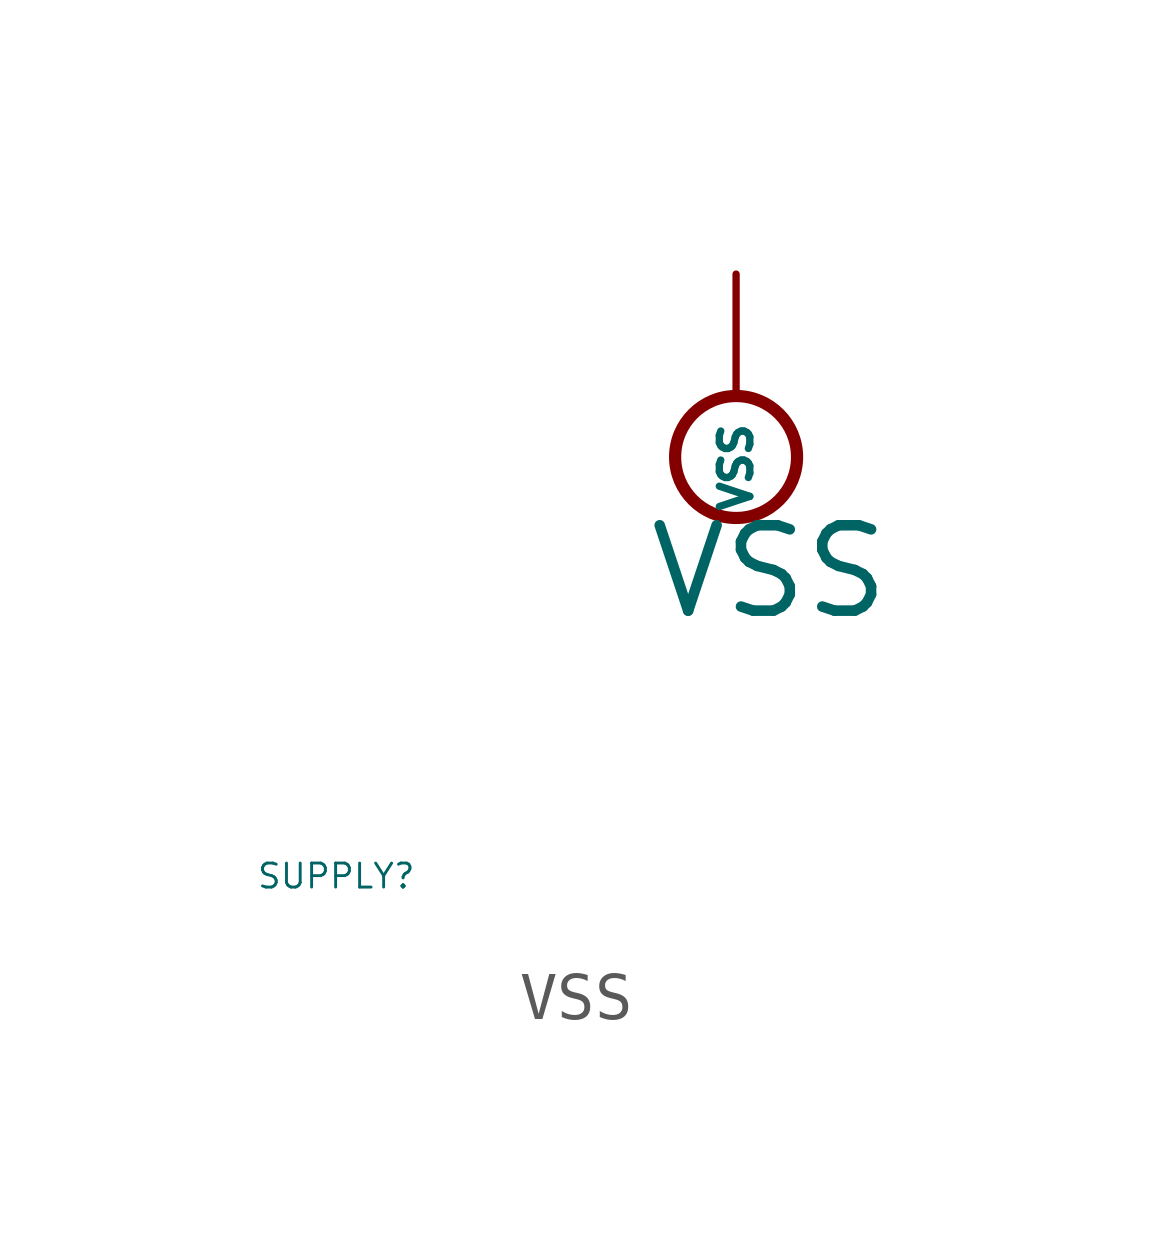
<source format=kicad_sym>
(kicad_symbol_lib
  (version 20220914)
  (generator Eagle2Kicad)
  (symbol "VSS"
    (property "Reference" "SUPPLY"
      (at -10 -10 0)
      (effects (font (size 0.5 0.5) (thickness 0.06)) (justify left)))
    (property "Value" "VSS"
      (at -1.905 -4.699 0)
      (effects (font (size 1.778 1.778) (thickness 0.22)) (justify left bottom)))
    (circle
      (center 0 -1.27)
      (radius 1.27)
      (stroke (width 0.254) (type default))
      (fill (type none)))
    (pin unspecified line
      (at 0 2.54 270)
      (length 2.54)
      (name "VSS" (effects (font (size 0.635 0.635) (thickness 0.08)) (justify left bottom)))
      (number "" (effects (font (size 0.635 0.635) (thickness 0.08)) (justify left bottom))))))
</source>
